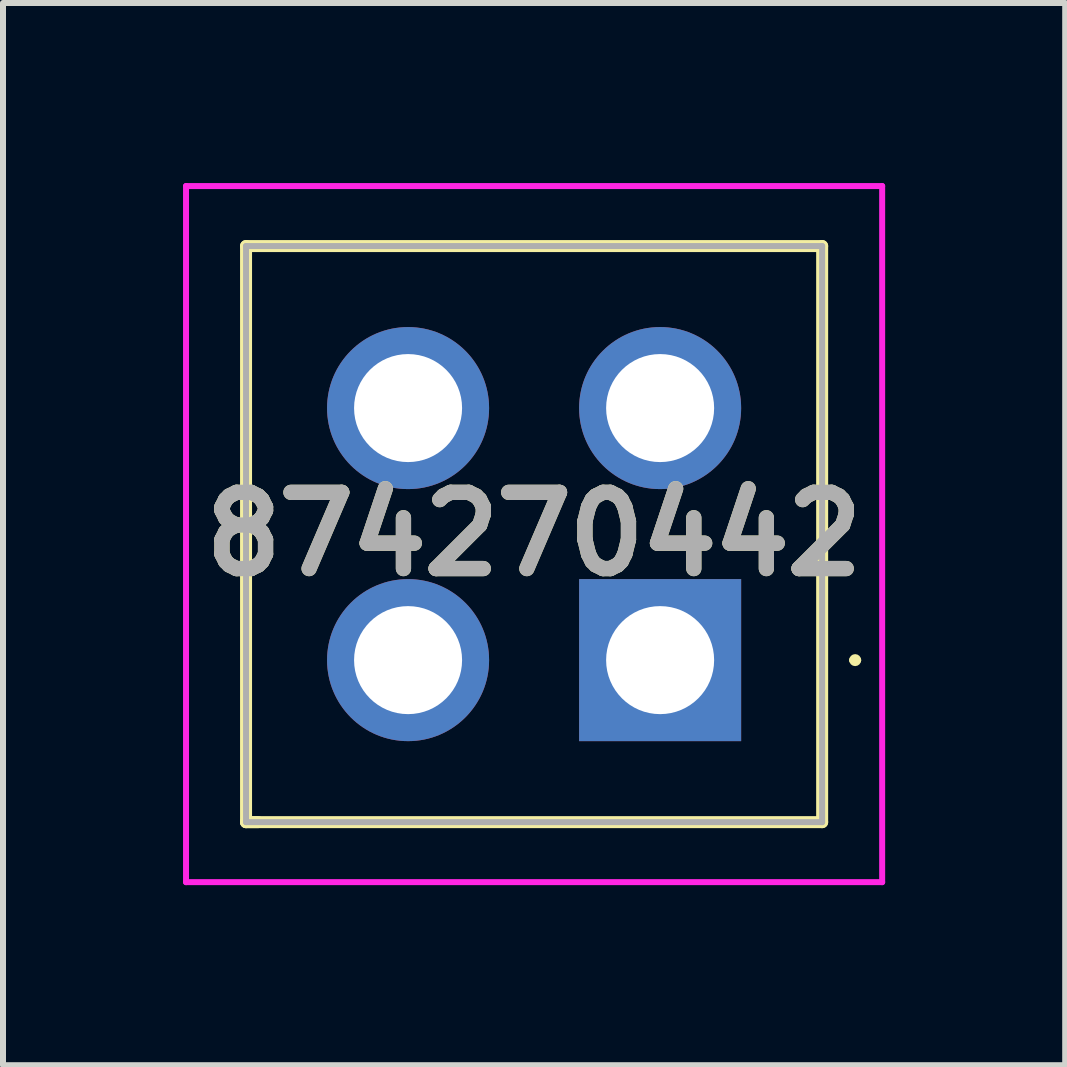
<source format=kicad_pcb>
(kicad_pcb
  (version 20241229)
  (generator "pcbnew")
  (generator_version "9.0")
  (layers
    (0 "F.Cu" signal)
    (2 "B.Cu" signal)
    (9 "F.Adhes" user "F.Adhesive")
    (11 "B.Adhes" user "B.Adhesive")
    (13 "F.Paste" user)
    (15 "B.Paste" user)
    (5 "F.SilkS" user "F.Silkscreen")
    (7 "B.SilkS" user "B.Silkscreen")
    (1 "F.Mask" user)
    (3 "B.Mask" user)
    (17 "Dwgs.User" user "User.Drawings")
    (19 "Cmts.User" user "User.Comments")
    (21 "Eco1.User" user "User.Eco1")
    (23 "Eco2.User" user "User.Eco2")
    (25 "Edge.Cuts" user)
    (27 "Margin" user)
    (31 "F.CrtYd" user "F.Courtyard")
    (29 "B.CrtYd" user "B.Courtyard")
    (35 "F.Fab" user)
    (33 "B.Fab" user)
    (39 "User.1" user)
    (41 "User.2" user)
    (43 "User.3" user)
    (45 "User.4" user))
  (footprint "874270442"
    (layer "F.Cu")
    (at 7.95 7.95)
    (property "Reference" "874270442" (at -2.1 -2.1 0) (layer "F.SilkS") (effects (font (size 1.27 1.27) (thickness 0.254))))
    (attr through_hole)
    (fp_line (start -6.9 -6.9) (end 2.7 -6.9) (stroke (width 0.2) (type solid)) (layer "F.SilkS"))
    (fp_line (start -6.9 2.7) (end -6.9 -6.9) (stroke (width 0.2) (type solid)) (layer "F.SilkS"))
    (fp_line (start -6.9 2.7) (end -6.7 2.7) (stroke (width 0.2) (type solid)) (layer "F.SilkS"))
    (fp_line (start 2.7 -6.9) (end 2.7 2.7) (stroke (width 0.2) (type solid)) (layer "F.SilkS"))
    (fp_line (start 2.7 2.7) (end -6.9 2.7) (stroke (width 0.2) (type solid)) (layer "F.SilkS"))
    (fp_line (start 3.2 0) (end 3.2 0) (stroke (width 0.1) (type solid)) (layer "F.SilkS"))
    (fp_line (start 3.3 0) (end 3.3 0) (stroke (width 0.1) (type solid)) (layer "F.SilkS"))
    (fp_arc (start 3.2 0) (mid 3.25 -0.05) (end 3.3 0) (stroke (width 0.1) (type solid)) (layer "F.SilkS"))
    (fp_arc (start 3.3 0) (mid 3.25 0.05) (end 3.2 0) (stroke (width 0.1) (type solid)) (layer "F.SilkS"))
    (fp_line (start -7.9 -7.9) (end 3.7 -7.9) (stroke (width 0.1) (type solid)) (layer "F.CrtYd"))
    (fp_line (start -7.9 3.7) (end -7.9 -7.9) (stroke (width 0.1) (type solid)) (layer "F.CrtYd"))
    (fp_line (start 3.7 -7.9) (end 3.7 3.7) (stroke (width 0.1) (type solid)) (layer "F.CrtYd"))
    (fp_line (start 3.7 3.7) (end -7.9 3.7) (stroke (width 0.1) (type solid)) (layer "F.CrtYd"))
    (fp_line (start -6.9 -6.9) (end -6.9 2.7) (stroke (width 0.1) (type solid)) (layer "F.Fab"))
    (fp_line (start -6.9 2.7) (end 2.7 2.7) (stroke (width 0.1) (type solid)) (layer "F.Fab"))
    (fp_line (start 2.7 -6.9) (end -6.9 -6.9) (stroke (width 0.1) (type solid)) (layer "F.Fab"))
    (fp_line (start 2.7 2.7) (end 2.7 -6.9) (stroke (width 0.1) (type solid)) (layer "F.Fab"))
    (fp_text user "${REFERENCE}" (at -2.1 -2.1 0) (layer "F.Fab") (effects (font (size 1.27 1.27) (thickness 0.254))))
    (pad "1" thru_hole rect (at 0 0) (size 2.7 2.7) (drill 1.8) (layers "*.Cu" "*.Mask"))
    (pad "2" thru_hole circle (at 0 -4.2) (size 2.7 2.7) (drill 1.8) (layers "*.Cu" "*.Mask"))
    (pad "3" thru_hole circle (at -4.2 0) (size 2.7 2.7) (drill 1.8) (layers "*.Cu" "*.Mask"))
    (pad "4" thru_hole circle (at -4.2 -4.2) (size 2.7 2.7) (drill 1.8) (layers "*.Cu" "*.Mask")))
  (gr_rect
    (start -3 -3)
    (end 14.7 14.7)
    (stroke (width 0.1) (type default))
    (fill no)
    (layer "Edge.Cuts")))
</source>
